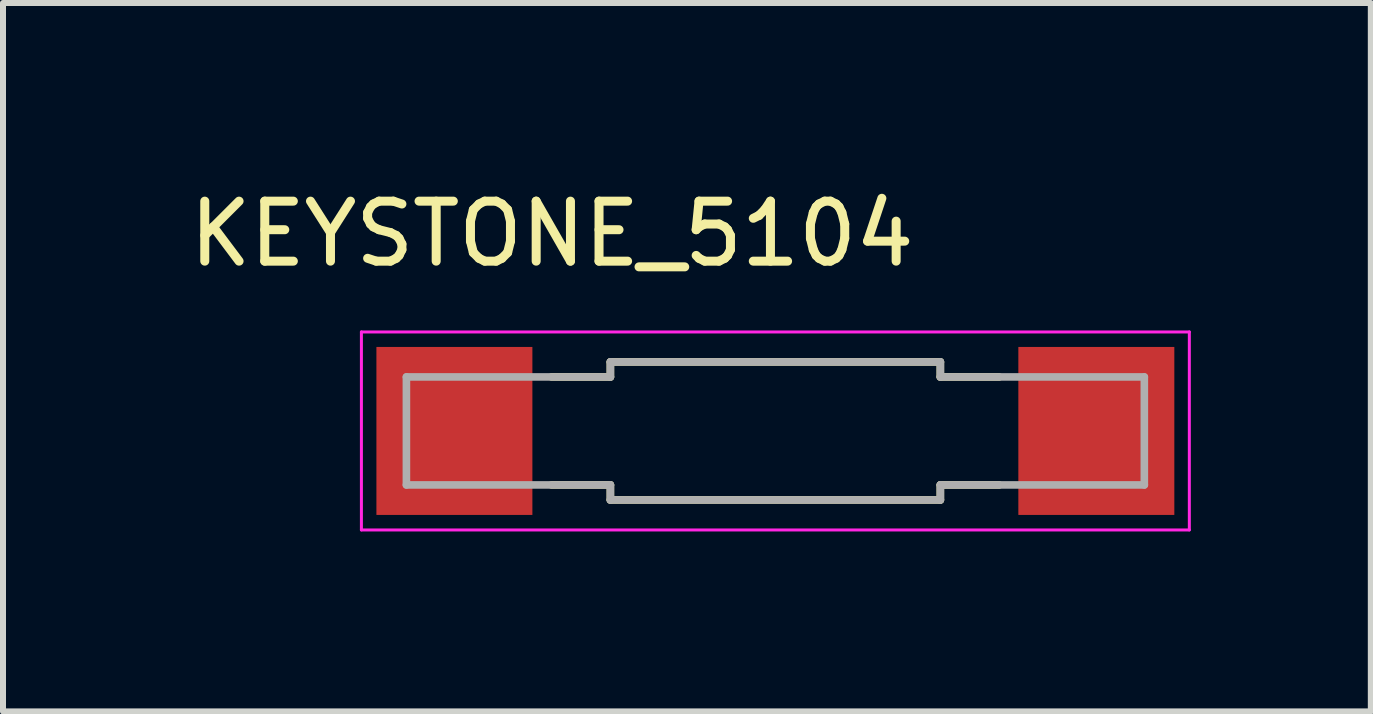
<source format=kicad_pcb>
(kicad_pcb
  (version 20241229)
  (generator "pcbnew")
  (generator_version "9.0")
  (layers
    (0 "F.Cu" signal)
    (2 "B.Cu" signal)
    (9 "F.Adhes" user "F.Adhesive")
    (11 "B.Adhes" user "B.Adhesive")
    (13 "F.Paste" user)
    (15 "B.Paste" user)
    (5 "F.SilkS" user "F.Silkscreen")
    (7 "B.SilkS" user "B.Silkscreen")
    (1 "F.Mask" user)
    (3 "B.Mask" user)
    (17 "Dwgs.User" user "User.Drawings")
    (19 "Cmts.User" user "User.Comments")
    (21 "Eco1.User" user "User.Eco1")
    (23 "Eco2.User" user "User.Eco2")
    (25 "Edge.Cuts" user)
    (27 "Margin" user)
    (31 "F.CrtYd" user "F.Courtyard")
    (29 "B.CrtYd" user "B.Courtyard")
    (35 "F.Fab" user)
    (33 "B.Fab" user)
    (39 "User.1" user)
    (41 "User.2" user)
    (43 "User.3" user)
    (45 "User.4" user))
  (footprint "KEYSTONE_5104"
    (layer "F.Cu")
    (at 9.874 4.133)
    (property "Reference" "KEYSTONE_5104" (at -3.725 -3.285 0) (layer "F.SilkS") (effects (font (size 1 1) (thickness 0.15))))
    (attr smd)
    (fp_line (start -3.73 -0.9) (end -2.75 -0.9) (stroke (width 0.127) (type solid)) (layer "F.SilkS"))
    (fp_line (start -2.75 -1.15) (end 2.75 -1.15) (stroke (width 0.127) (type solid)) (layer "F.SilkS"))
    (fp_line (start -2.75 -0.9) (end -2.75 -1.15) (stroke (width 0.127) (type solid)) (layer "F.SilkS"))
    (fp_line (start -2.75 0.9) (end -3.73 0.9) (stroke (width 0.127) (type solid)) (layer "F.SilkS"))
    (fp_line (start -2.75 1.15) (end -2.75 0.9) (stroke (width 0.127) (type solid)) (layer "F.SilkS"))
    (fp_line (start 2.75 -1.15) (end 2.75 -0.9) (stroke (width 0.127) (type solid)) (layer "F.SilkS"))
    (fp_line (start 2.75 -0.9) (end 3.73 -0.9) (stroke (width 0.127) (type solid)) (layer "F.SilkS"))
    (fp_line (start 2.75 0.9) (end 2.75 1.15) (stroke (width 0.127) (type solid)) (layer "F.SilkS"))
    (fp_line (start 2.75 1.15) (end -2.75 1.15) (stroke (width 0.127) (type solid)) (layer "F.SilkS"))
    (fp_line (start 3.73 0.9) (end 2.75 0.9) (stroke (width 0.127) (type solid)) (layer "F.SilkS"))
    (fp_line (start -6.9 -1.65) (end -6.9 1.65) (stroke (width 0.05) (type solid)) (layer "F.CrtYd"))
    (fp_line (start -6.9 1.65) (end 6.9 1.65) (stroke (width 0.05) (type solid)) (layer "F.CrtYd"))
    (fp_line (start 6.9 -1.65) (end -6.9 -1.65) (stroke (width 0.05) (type solid)) (layer "F.CrtYd"))
    (fp_line (start 6.9 1.65) (end 6.9 -1.65) (stroke (width 0.05) (type solid)) (layer "F.CrtYd"))
    (fp_line (start -6.15 -0.9) (end -2.75 -0.9) (stroke (width 0.127) (type solid)) (layer "F.Fab"))
    (fp_line (start -6.15 0.9) (end -6.15 -0.9) (stroke (width 0.127) (type solid)) (layer "F.Fab"))
    (fp_line (start -2.75 -1.15) (end 2.75 -1.15) (stroke (width 0.127) (type solid)) (layer "F.Fab"))
    (fp_line (start -2.75 -0.9) (end -2.75 -1.15) (stroke (width 0.127) (type solid)) (layer "F.Fab"))
    (fp_line (start -2.75 0.9) (end -6.15 0.9) (stroke (width 0.127) (type solid)) (layer "F.Fab"))
    (fp_line (start -2.75 1.15) (end -2.75 0.9) (stroke (width 0.127) (type solid)) (layer "F.Fab"))
    (fp_line (start 2.75 -1.15) (end 2.75 -0.9) (stroke (width 0.127) (type solid)) (layer "F.Fab"))
    (fp_line (start 2.75 -0.9) (end 6.15 -0.9) (stroke (width 0.127) (type solid)) (layer "F.Fab"))
    (fp_line (start 2.75 0.9) (end 2.75 1.15) (stroke (width 0.127) (type solid)) (layer "F.Fab"))
    (fp_line (start 2.75 1.15) (end -2.75 1.15) (stroke (width 0.127) (type solid)) (layer "F.Fab"))
    (fp_line (start 6.15 -0.9) (end 6.15 0.9) (stroke (width 0.127) (type solid)) (layer "F.Fab"))
    (fp_line (start 6.15 0.9) (end 2.75 0.9) (stroke (width 0.127) (type solid)) (layer "F.Fab"))
    (pad "1" smd rect (at -5.35 0) (size 2.6 2.8) (layers "F.Cu" "F.Mask" "F.Paste"))
    (pad "2" smd rect (at 5.35 0) (size 2.6 2.8) (layers "F.Cu" "F.Mask" "F.Paste")))
  (gr_rect
    (start -3 -3)
    (end 19.799 8.808)
    (stroke (width 0.1) (type default))
    (fill no)
    (layer "Edge.Cuts")))
</source>
